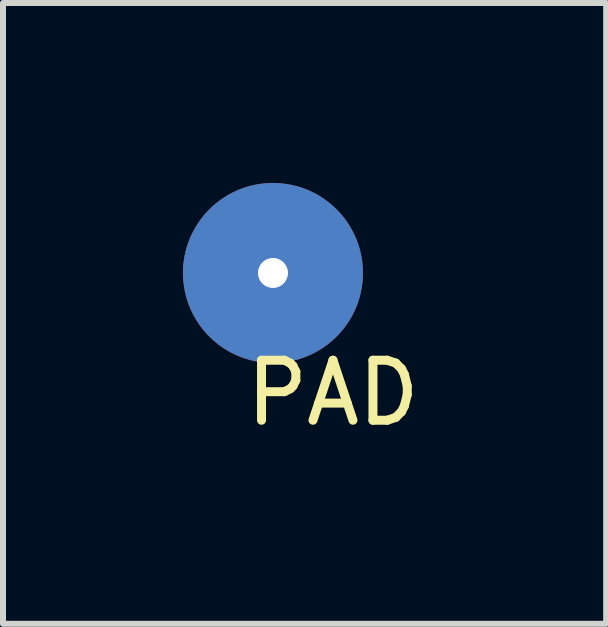
<source format=kicad_pcb>
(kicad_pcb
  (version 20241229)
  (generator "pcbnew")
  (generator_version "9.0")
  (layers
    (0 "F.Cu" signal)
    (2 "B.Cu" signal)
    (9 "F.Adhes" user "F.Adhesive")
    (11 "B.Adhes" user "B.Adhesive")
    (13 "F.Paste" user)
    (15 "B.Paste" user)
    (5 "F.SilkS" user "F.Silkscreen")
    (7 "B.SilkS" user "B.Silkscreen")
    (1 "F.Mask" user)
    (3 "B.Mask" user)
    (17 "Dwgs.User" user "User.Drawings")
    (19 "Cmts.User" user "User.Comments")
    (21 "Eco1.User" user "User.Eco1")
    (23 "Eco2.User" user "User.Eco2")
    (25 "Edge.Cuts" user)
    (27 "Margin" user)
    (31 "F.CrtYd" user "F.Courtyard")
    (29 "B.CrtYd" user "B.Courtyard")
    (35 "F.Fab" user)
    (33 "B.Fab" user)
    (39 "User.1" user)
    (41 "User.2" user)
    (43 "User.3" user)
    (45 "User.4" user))
  (footprint "PAD"
    (layer "F.Cu")
    (at 1.5 1.5)
    (property "Reference" "PAD" (at 1 2 0) (layer "F.SilkS") (effects (font (size 1 1) (thickness 0.15))))
    (attr through_hole)
    (pad "1" thru_hole circle (at 0 0) (size 3 3) (drill 0.5) (layers "*.Cu" "*.Mask")))
  (gr_rect
    (start -3 -3)
    (end 7.054 7.348)
    (stroke (width 0.1) (type default))
    (fill no)
    (layer "Edge.Cuts")))
</source>
